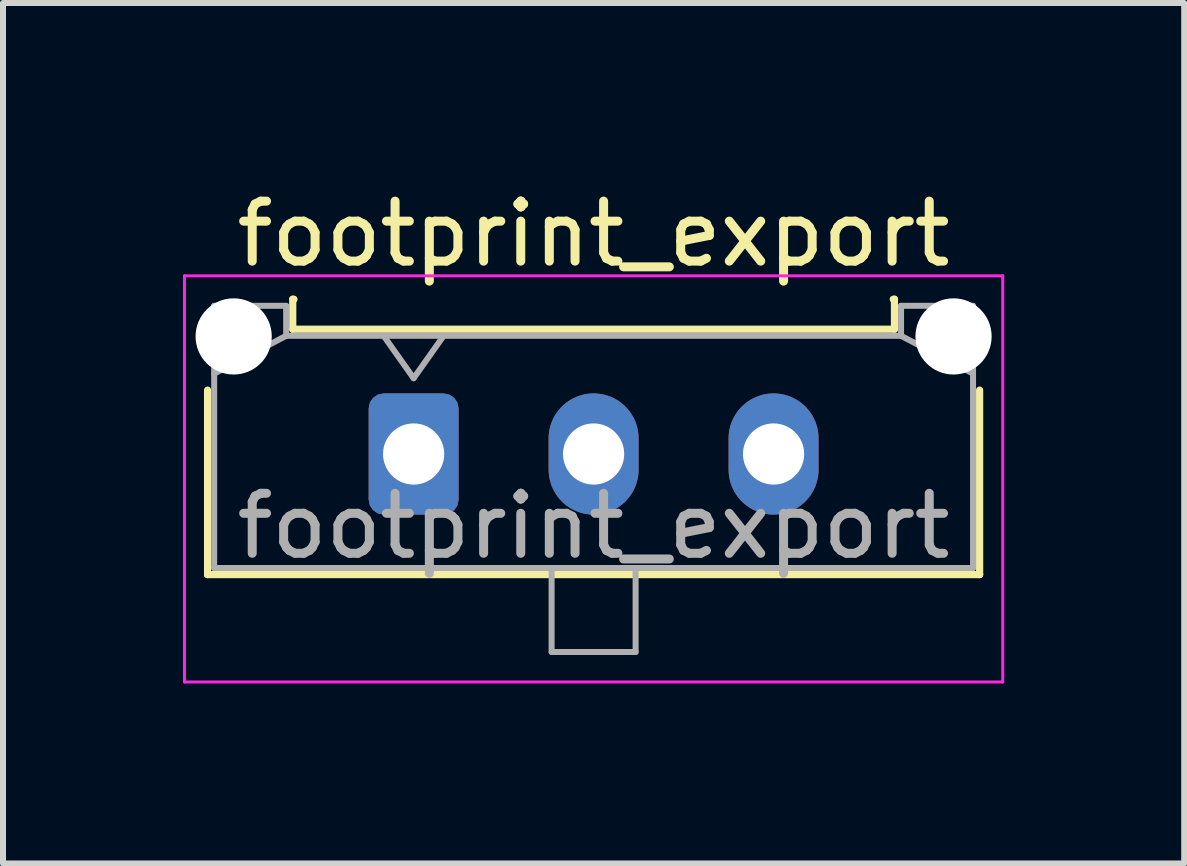
<source format=kicad_pcb>
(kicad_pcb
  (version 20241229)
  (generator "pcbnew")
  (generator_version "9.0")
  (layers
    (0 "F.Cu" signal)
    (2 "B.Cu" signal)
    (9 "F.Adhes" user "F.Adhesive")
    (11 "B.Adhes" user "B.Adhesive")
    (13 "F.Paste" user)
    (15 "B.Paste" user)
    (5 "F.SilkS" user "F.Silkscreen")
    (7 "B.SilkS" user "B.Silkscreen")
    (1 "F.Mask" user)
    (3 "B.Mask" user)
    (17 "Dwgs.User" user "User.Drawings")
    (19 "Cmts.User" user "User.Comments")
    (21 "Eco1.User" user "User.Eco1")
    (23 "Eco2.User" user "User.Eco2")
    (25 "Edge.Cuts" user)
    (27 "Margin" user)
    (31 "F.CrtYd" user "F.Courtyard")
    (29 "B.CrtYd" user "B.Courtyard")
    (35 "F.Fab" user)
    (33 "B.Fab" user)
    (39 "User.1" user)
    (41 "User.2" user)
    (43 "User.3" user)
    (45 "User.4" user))
  (footprint "footprint_export"
    (layer "F.Cu")
    (at 3.845 4.518)
    (property "Reference" "footprint_export" (at 3 -3.67 0) (layer "F.SilkS") (effects (font (size 1 1) (thickness 0.15))))
    (attr through_hole)
    (fp_line (start -3.435 -1.065) (end -3.435 2.01) (stroke (width 0.12) (type solid)) (layer "F.SilkS"))
    (fp_line (start -3.435 2.01) (end 9.435 2.01) (stroke (width 0.12) (type solid)) (layer "F.SilkS"))
    (fp_line (start -2.015 -2.58) (end -2.015 -2.08) (stroke (width 0.12) (type solid)) (layer "F.SilkS"))
    (fp_line (start -2.015 -2.08) (end 8.015 -2.08) (stroke (width 0.12) (type solid)) (layer "F.SilkS"))
    (fp_line (start -1.995 -2.58) (end -2.015 -2.58) (stroke (width 0.12) (type solid)) (layer "F.SilkS"))
    (fp_line (start 8.015 -2.58) (end 7.995 -2.58) (stroke (width 0.12) (type solid)) (layer "F.SilkS"))
    (fp_line (start 8.015 -2.08) (end 8.015 -2.58) (stroke (width 0.12) (type solid)) (layer "F.SilkS"))
    (fp_line (start 9.435 2.01) (end 9.435 -1.065) (stroke (width 0.12) (type solid)) (layer "F.SilkS"))
    (fp_line (start -3.82 -2.97) (end 9.82 -2.97) (stroke (width 0.05) (type solid)) (layer "F.CrtYd"))
    (fp_line (start -3.82 3.8) (end -3.82 -2.97) (stroke (width 0.05) (type solid)) (layer "F.CrtYd"))
    (fp_line (start 9.82 -2.97) (end 9.82 3.8) (stroke (width 0.05) (type solid)) (layer "F.CrtYd"))
    (fp_line (start 9.82 3.8) (end -3.82 3.8) (stroke (width 0.05) (type solid)) (layer "F.CrtYd"))
    (fp_line (start -3.325 -2.47) (end -3.325 1.9) (stroke (width 0.1) (type solid)) (layer "F.Fab"))
    (fp_line (start -3.325 -1.34) (end -2.125 -1.97) (stroke (width 0.1) (type solid)) (layer "F.Fab"))
    (fp_line (start -3.325 1.9) (end 9.325 1.9) (stroke (width 0.1) (type solid)) (layer "F.Fab"))
    (fp_line (start -2.125 -2.47) (end -3.325 -2.47) (stroke (width 0.1) (type solid)) (layer "F.Fab"))
    (fp_line (start -2.125 -1.97) (end -2.125 -2.47) (stroke (width 0.1) (type solid)) (layer "F.Fab"))
    (fp_line (start -0.5 -1.97) (end 0 -1.263) (stroke (width 0.1) (type solid)) (layer "F.Fab"))
    (fp_line (start 0 -1.263) (end 0.5 -1.97) (stroke (width 0.1) (type solid)) (layer "F.Fab"))
    (fp_line (start 2.3 1.9) (end 2.3 3.3) (stroke (width 0.1) (type solid)) (layer "F.Fab"))
    (fp_line (start 2.3 3.3) (end 3.7 3.3) (stroke (width 0.1) (type solid)) (layer "F.Fab"))
    (fp_line (start 3.7 3.3) (end 3.7 1.9) (stroke (width 0.1) (type solid)) (layer "F.Fab"))
    (fp_line (start 8.125 -2.47) (end 8.125 -1.97) (stroke (width 0.1) (type solid)) (layer "F.Fab"))
    (fp_line (start 8.125 -1.97) (end -2.125 -1.97) (stroke (width 0.1) (type solid)) (layer "F.Fab"))
    (fp_line (start 9.325 -2.47) (end 8.125 -2.47) (stroke (width 0.1) (type solid)) (layer "F.Fab"))
    (fp_line (start 9.325 -1.34) (end 8.125 -1.97) (stroke (width 0.1) (type solid)) (layer "F.Fab"))
    (fp_line (start 9.325 1.9) (end 9.325 -2.47) (stroke (width 0.1) (type solid)) (layer "F.Fab"))
    (fp_text user "${REFERENCE}" (at 3 1.2 0) (layer "F.Fab") (effects (font (size 1 1) (thickness 0.15))))
    (pad "" np_thru_hole circle (at -3 -1.96) (size 1.27 1.27) (drill 1.27) (layers "*.Cu" "*.Mask"))
    (pad "" np_thru_hole circle (at 9 -1.96) (size 1.27 1.27) (drill 1.27) (layers "*.Cu" "*.Mask"))
    (pad "1" thru_hole roundrect (at 0 0) (size 1.5 2.02) (drill 1.02) (layers "*.Cu" "*.Mask") (roundrect_rratio 0.167))
    (pad "2" thru_hole oval (at 3 0) (size 1.5 2.02) (drill 1.02) (layers "*.Cu" "*.Mask"))
    (pad "3" thru_hole oval (at 6 0) (size 1.5 2.02) (drill 1.02) (layers "*.Cu" "*.Mask")))
  (gr_rect
    (start -3 -3)
    (end 16.69 11.343)
    (stroke (width 0.1) (type default))
    (fill no)
    (layer "Edge.Cuts")))
</source>
